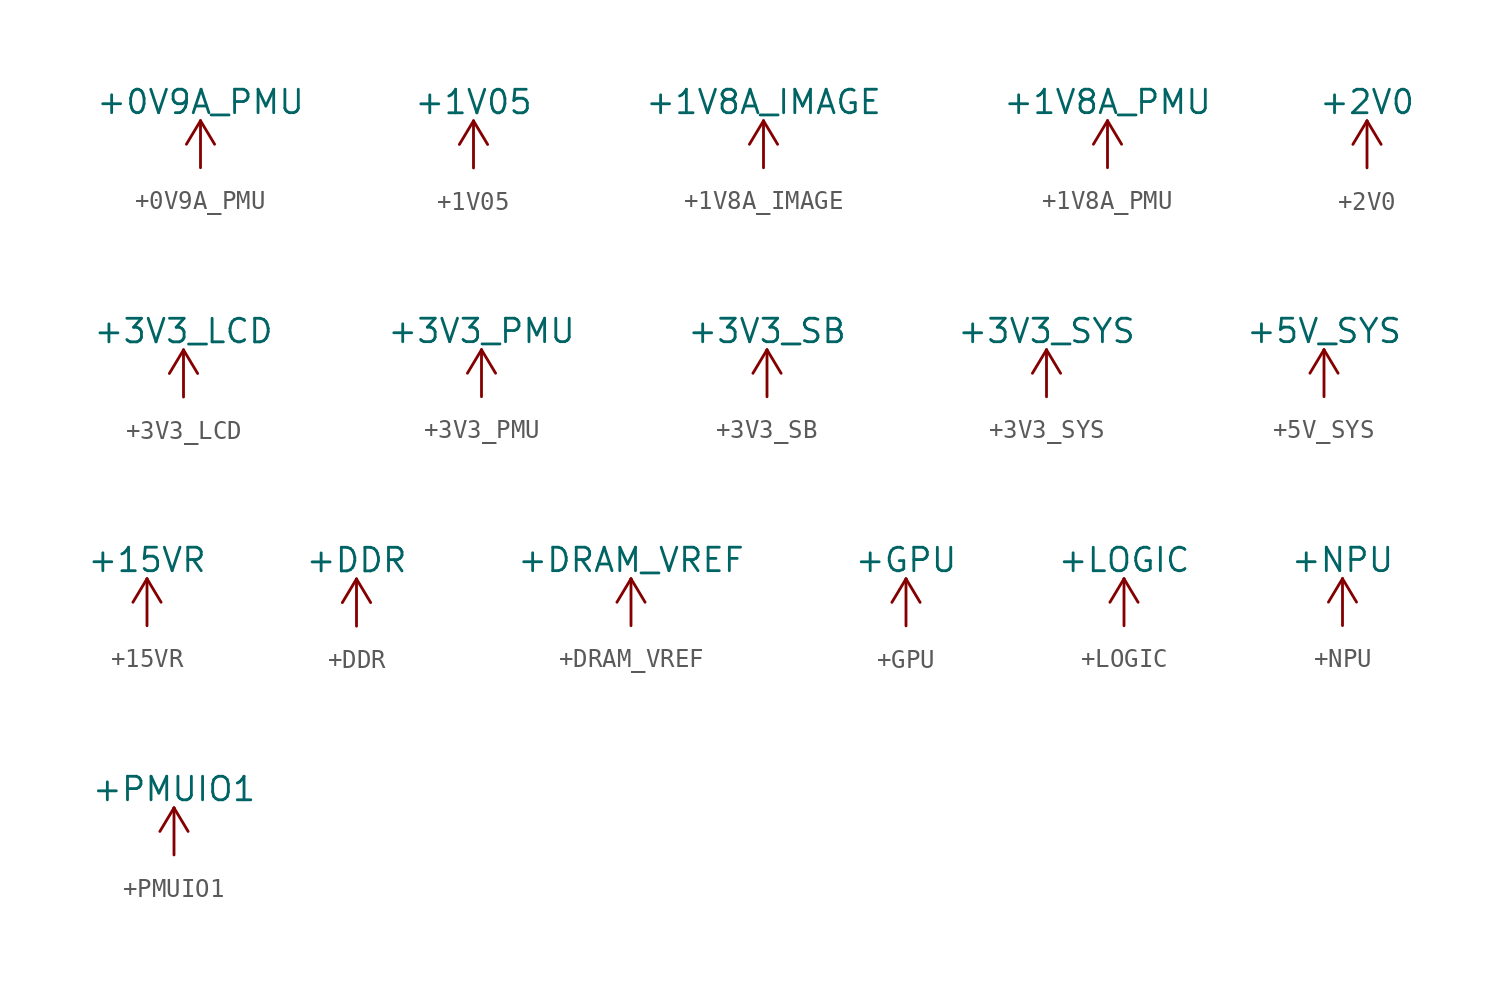
<source format=kicad_sym>
(kicad_symbol_lib
  (version 20220914)
  (generator kicad_symbol_editor)
  (symbol "+0V9A_PMU"
    (power)
    (pin_names
      (offset 0))
    (property "Reference" "#PWR"
      (at 0 -3.81 0)
      (effects (font (size 1.27 1.27)) hide))
    (property "Value" "+0V9A_PMU"
      (at 0 3.556 0)
      (effects (font (size 1.27 1.27))))
    (symbol "+0V9A_PMU_0_1"
      (polyline (pts (xy -0.762 1.27) (xy 0 2.54)) (stroke (width 0) (type default)) (fill (type none)))
      (polyline (pts (xy 0 0) (xy 0 2.54)) (stroke (width 0) (type default)) (fill (type none)))
      (polyline (pts (xy 0 2.54) (xy 0.762 1.27)) (stroke (width 0) (type default)) (fill (type none))))
    (symbol "+0V9A_PMU_1_1"
      (pin power_in line (at 0 0 90) (length 0) hide (name "+0V9A_PMU" (effects (font (size 1.27 1.27)))) (number "1" (effects (font (size 1.27 1.27)))))))
  (symbol "+1V05"
    (power)
    (pin_names
      (offset 0))
    (property "Reference" "#PWR"
      (at 0 -3.81 0)
      (effects (font (size 1.27 1.27)) hide))
    (property "Value" "+1V05"
      (at 0 3.556 0)
      (effects (font (size 1.27 1.27))))
    (symbol "+1V05_0_1"
      (polyline (pts (xy -0.762 1.27) (xy 0 2.54)) (stroke (width 0) (type default)) (fill (type none)))
      (polyline (pts (xy 0 0) (xy 0 2.54)) (stroke (width 0) (type default)) (fill (type none)))
      (polyline (pts (xy 0 2.54) (xy 0.762 1.27)) (stroke (width 0) (type default)) (fill (type none))))
    (symbol "+1V05_1_1"
      (pin power_in line (at 0 0 90) (length 0) hide (name "+1V05" (effects (font (size 1.27 1.27)))) (number "1" (effects (font (size 1.27 1.27)))))))
  (symbol "+1V8A_IMAGE"
    (power)
    (pin_names
      (offset 0))
    (property "Reference" "#PWR"
      (at 0 -3.81 0)
      (effects (font (size 1.27 1.27)) hide))
    (property "Value" "+1V8A_IMAGE"
      (at 0 3.556 0)
      (effects (font (size 1.27 1.27))))
    (symbol "+1V8A_IMAGE_0_1"
      (polyline (pts (xy -0.762 1.27) (xy 0 2.54)) (stroke (width 0) (type default)) (fill (type none)))
      (polyline (pts (xy 0 0) (xy 0 2.54)) (stroke (width 0) (type default)) (fill (type none)))
      (polyline (pts (xy 0 2.54) (xy 0.762 1.27)) (stroke (width 0) (type default)) (fill (type none))))
    (symbol "+1V8A_IMAGE_1_1"
      (pin power_in line (at 0 0 90) (length 0) hide (name "+1V8A_IMAGE" (effects (font (size 1.27 1.27)))) (number "1" (effects (font (size 1.27 1.27)))))))
  (symbol "+1V8A_PMU"
    (power)
    (pin_names
      (offset 0))
    (property "Reference" "#PWR"
      (at 0 -3.81 0)
      (effects (font (size 1.27 1.27)) hide))
    (property "Value" "+1V8A_PMU"
      (at 0 3.556 0)
      (effects (font (size 1.27 1.27))))
    (symbol "+1V8A_PMU_0_1"
      (polyline (pts (xy -0.762 1.27) (xy 0 2.54)) (stroke (width 0) (type default)) (fill (type none)))
      (polyline (pts (xy 0 0) (xy 0 2.54)) (stroke (width 0) (type default)) (fill (type none)))
      (polyline (pts (xy 0 2.54) (xy 0.762 1.27)) (stroke (width 0) (type default)) (fill (type none))))
    (symbol "+1V8A_PMU_1_1"
      (pin power_in line (at 0 0 90) (length 0) hide (name "+1V8A_NPU" (effects (font (size 1.27 1.27)))) (number "1" (effects (font (size 1.27 1.27)))))))
  (symbol "+2V0"
    (power)
    (pin_names
      (offset 0))
    (property "Reference" "#PWR"
      (at 0 -3.81 0)
      (effects (font (size 1.27 1.27)) hide))
    (property "Value" "+2V0"
      (at 0 3.556 0)
      (effects (font (size 1.27 1.27))))
    (symbol "+2V0_0_1"
      (polyline (pts (xy -0.762 1.27) (xy 0 2.54)) (stroke (width 0) (type default)) (fill (type none)))
      (polyline (pts (xy 0 0) (xy 0 2.54)) (stroke (width 0) (type default)) (fill (type none)))
      (polyline (pts (xy 0 2.54) (xy 0.762 1.27)) (stroke (width 0) (type default)) (fill (type none))))
    (symbol "+2V0_1_1"
      (pin power_in line (at 0 0 90) (length 0) hide (name "+2V0" (effects (font (size 1.27 1.27)))) (number "1" (effects (font (size 1.27 1.27)))))))
  (symbol "+3V3_LCD"
    (power)
    (pin_names
      (offset 0))
    (property "Reference" "#PWR"
      (at 0 -3.81 0)
      (effects (font (size 1.27 1.27)) hide))
    (property "Value" "+3V3_LCD"
      (at 0 3.556 0)
      (effects (font (size 1.27 1.27))))
    (symbol "+3V3_LCD_0_1"
      (polyline (pts (xy -0.762 1.27) (xy 0 2.54)) (stroke (width 0) (type default)) (fill (type none)))
      (polyline (pts (xy 0 0) (xy 0 2.54)) (stroke (width 0) (type default)) (fill (type none)))
      (polyline (pts (xy 0 2.54) (xy 0.762 1.27)) (stroke (width 0) (type default)) (fill (type none))))
    (symbol "+3V3_LCD_1_1"
      (pin power_in line (at 0 0 90) (length 0) hide (name "+3V3_LCD" (effects (font (size 1.27 1.27)))) (number "1" (effects (font (size 1.27 1.27)))))))
  (symbol "+3V3_PMU"
    (power)
    (pin_names
      (offset 0))
    (property "Reference" "#PWR"
      (at 0 -3.81 0)
      (effects (font (size 1.27 1.27)) hide))
    (property "Value" "+3V3_PMU"
      (at 0 3.556 0)
      (effects (font (size 1.27 1.27))))
    (symbol "+3V3_PMU_0_1"
      (polyline (pts (xy -0.762 1.27) (xy 0 2.54)) (stroke (width 0) (type default)) (fill (type none)))
      (polyline (pts (xy 0 0) (xy 0 2.54)) (stroke (width 0) (type default)) (fill (type none)))
      (polyline (pts (xy 0 2.54) (xy 0.762 1.27)) (stroke (width 0) (type default)) (fill (type none))))
    (symbol "+3V3_PMU_1_1"
      (pin power_in line (at 0 0 90) (length 0) hide (name "+3V3_PMU" (effects (font (size 1.27 1.27)))) (number "1" (effects (font (size 1.27 1.27)))))))
  (symbol "+3V3_SB"
    (power)
    (pin_names
      (offset 0))
    (property "Reference" "#PWR"
      (at 0 -3.81 0)
      (effects (font (size 1.27 1.27)) hide))
    (property "Value" "+3V3_SB"
      (at 0 3.556 0)
      (effects (font (size 1.27 1.27))))
    (symbol "+3V3_SB_0_1"
      (polyline (pts (xy -0.762 1.27) (xy 0 2.54)) (stroke (width 0) (type default)) (fill (type none)))
      (polyline (pts (xy 0 0) (xy 0 2.54)) (stroke (width 0) (type default)) (fill (type none)))
      (polyline (pts (xy 0 2.54) (xy 0.762 1.27)) (stroke (width 0) (type default)) (fill (type none))))
    (symbol "+3V3_SB_1_1"
      (pin power_in line (at 0 0 90) (length 0) hide (name "+3V3_SB" (effects (font (size 1.27 1.27)))) (number "1" (effects (font (size 1.27 1.27)))))))
  (symbol "+3V3_SYS"
    (power)
    (pin_names
      (offset 0))
    (property "Reference" "#PWR"
      (at 0 -3.81 0)
      (effects (font (size 1.27 1.27)) hide))
    (property "Value" "+3V3_SYS"
      (at 0 3.556 0)
      (effects (font (size 1.27 1.27))))
    (symbol "+3V3_SYS_0_1"
      (polyline (pts (xy -0.762 1.27) (xy 0 2.54)) (stroke (width 0) (type default)) (fill (type none)))
      (polyline (pts (xy 0 0) (xy 0 2.54)) (stroke (width 0) (type default)) (fill (type none)))
      (polyline (pts (xy 0 2.54) (xy 0.762 1.27)) (stroke (width 0) (type default)) (fill (type none))))
    (symbol "+3V3_SYS_1_1"
      (pin power_in line (at 0 0 90) (length 0) hide (name "+3V3_SYS" (effects (font (size 1.27 1.27)))) (number "1" (effects (font (size 1.27 1.27)))))))
  (symbol "+5V_SYS"
    (power)
    (pin_names
      (offset 0))
    (property "Reference" "#PWR"
      (at 0 -3.81 0)
      (effects (font (size 1.27 1.27)) hide))
    (property "Value" "+5V_SYS"
      (at 0 3.556 0)
      (effects (font (size 1.27 1.27))))
    (symbol "+5V_SYS_0_1"
      (polyline (pts (xy -0.762 1.27) (xy 0 2.54)) (stroke (width 0) (type default)) (fill (type none)))
      (polyline (pts (xy 0 0) (xy 0 2.54)) (stroke (width 0) (type default)) (fill (type none)))
      (polyline (pts (xy 0 2.54) (xy 0.762 1.27)) (stroke (width 0) (type default)) (fill (type none))))
    (symbol "+5V_SYS_1_1"
      (pin power_in line (at 0 0 90) (length 0) hide (name "+5V_SYS" (effects (font (size 1.27 1.27)))) (number "1" (effects (font (size 1.27 1.27)))))))
  (symbol "+15VR"
    (power)
    (pin_names
      (offset 0))
    (property "Reference" "#PWR"
      (at 0 -3.81 0)
      (effects (font (size 1.27 1.27)) hide))
    (property "Value" "+15VR"
      (at 0 3.556 0)
      (effects (font (size 1.27 1.27))))
    (symbol "+15VR_0_1"
      (polyline (pts (xy -0.762 1.27) (xy 0 2.54)) (stroke (width 0) (type default)) (fill (type none)))
      (polyline (pts (xy 0 0) (xy 0 2.54)) (stroke (width 0) (type default)) (fill (type none)))
      (polyline (pts (xy 0 2.54) (xy 0.762 1.27)) (stroke (width 0) (type default)) (fill (type none))))
    (symbol "+15VR_1_1"
      (pin power_in line (at 0 0 90) (length 0) hide (name "+15VR" (effects (font (size 1.27 1.27)))) (number "1" (effects (font (size 1.27 1.27)))))))
  (symbol "+DDR"
    (power)
    (pin_names
      (offset 0))
    (property "Reference" "#PWR"
      (at 0 -3.81 0)
      (effects (font (size 1.27 1.27)) hide))
    (property "Value" "+DDR"
      (at 0 3.556 0)
      (effects (font (size 1.27 1.27))))
    (symbol "+DDR_0_1"
      (polyline (pts (xy -0.762 1.27) (xy 0 2.54)) (stroke (width 0) (type default)) (fill (type none)))
      (polyline (pts (xy 0 0) (xy 0 2.54)) (stroke (width 0) (type default)) (fill (type none)))
      (polyline (pts (xy 0 2.54) (xy 0.762 1.27)) (stroke (width 0) (type default)) (fill (type none))))
    (symbol "+DDR_1_1"
      (pin power_in line (at 0 0 90) (length 0) hide (name "+DDR" (effects (font (size 1.27 1.27)))) (number "1" (effects (font (size 1.27 1.27)))))))
  (symbol "+DRAM_VREF"
    (power)
    (pin_names
      (offset 0))
    (property "Reference" "#PWR"
      (at 0 -3.81 0)
      (effects (font (size 1.27 1.27)) hide))
    (property "Value" "+DRAM_VREF"
      (at 0 3.556 0)
      (effects (font (size 1.27 1.27))))
    (symbol "+DRAM_VREF_0_1"
      (polyline (pts (xy -0.762 1.27) (xy 0 2.54)) (stroke (width 0) (type default)) (fill (type none)))
      (polyline (pts (xy 0 0) (xy 0 2.54)) (stroke (width 0) (type default)) (fill (type none)))
      (polyline (pts (xy 0 2.54) (xy 0.762 1.27)) (stroke (width 0) (type default)) (fill (type none))))
    (symbol "+DRAM_VREF_1_1"
      (pin power_in line (at 0 0 90) (length 0) hide (name "+DRAM_VREF" (effects (font (size 1.27 1.27)))) (number "1" (effects (font (size 1.27 1.27)))))))
  (symbol "+GPU"
    (power)
    (pin_names
      (offset 0))
    (property "Reference" "#PWR"
      (at 0 -3.81 0)
      (effects (font (size 1.27 1.27)) hide))
    (property "Value" "+GPU"
      (at 0 3.556 0)
      (effects (font (size 1.27 1.27))))
    (symbol "+GPU_0_1"
      (polyline (pts (xy -0.762 1.27) (xy 0 2.54)) (stroke (width 0) (type default)) (fill (type none)))
      (polyline (pts (xy 0 0) (xy 0 2.54)) (stroke (width 0) (type default)) (fill (type none)))
      (polyline (pts (xy 0 2.54) (xy 0.762 1.27)) (stroke (width 0) (type default)) (fill (type none))))
    (symbol "+GPU_1_1"
      (pin power_in line (at 0 0 90) (length 0) hide (name "+GPU" (effects (font (size 1.27 1.27)))) (number "1" (effects (font (size 1.27 1.27)))))))
  (symbol "+LOGIC"
    (power)
    (pin_names
      (offset 0))
    (property "Reference" "#PWR"
      (at 0 -3.81 0)
      (effects (font (size 1.27 1.27)) hide))
    (property "Value" "+LOGIC"
      (at 0 3.556 0)
      (effects (font (size 1.27 1.27))))
    (symbol "+LOGIC_0_1"
      (polyline (pts (xy -0.762 1.27) (xy 0 2.54)) (stroke (width 0) (type default)) (fill (type none)))
      (polyline (pts (xy 0 0) (xy 0 2.54)) (stroke (width 0) (type default)) (fill (type none)))
      (polyline (pts (xy 0 2.54) (xy 0.762 1.27)) (stroke (width 0) (type default)) (fill (type none))))
    (symbol "+LOGIC_1_1"
      (pin power_in line (at 0 0 90) (length 0) hide (name "+LOGIC" (effects (font (size 1.27 1.27)))) (number "1" (effects (font (size 1.27 1.27)))))))
  (symbol "+NPU"
    (power)
    (pin_names
      (offset 0))
    (property "Reference" "#PWR"
      (at 0 -3.81 0)
      (effects (font (size 1.27 1.27)) hide))
    (property "Value" "+NPU"
      (at 0 3.556 0)
      (effects (font (size 1.27 1.27))))
    (symbol "+NPU_0_1"
      (polyline (pts (xy -0.762 1.27) (xy 0 2.54)) (stroke (width 0) (type default)) (fill (type none)))
      (polyline (pts (xy 0 0) (xy 0 2.54)) (stroke (width 0) (type default)) (fill (type none)))
      (polyline (pts (xy 0 2.54) (xy 0.762 1.27)) (stroke (width 0) (type default)) (fill (type none))))
    (symbol "+NPU_1_1"
      (pin power_in line (at 0 0 90) (length 0) hide (name "+NPU" (effects (font (size 1.27 1.27)))) (number "1" (effects (font (size 1.27 1.27)))))))
  (symbol "+PMUIO1"
    (power)
    (pin_names
      (offset 0))
    (property "Reference" "#PWR"
      (at 0 -3.81 0)
      (effects (font (size 1.27 1.27)) hide))
    (property "Value" "+PMUIO1"
      (at 0 3.556 0)
      (effects (font (size 1.27 1.27))))
    (symbol "+PMUIO1_0_1"
      (polyline (pts (xy -0.762 1.27) (xy 0 2.54)) (stroke (width 0) (type default)) (fill (type none)))
      (polyline (pts (xy 0 0) (xy 0 2.54)) (stroke (width 0) (type default)) (fill (type none)))
      (polyline (pts (xy 0 2.54) (xy 0.762 1.27)) (stroke (width 0) (type default)) (fill (type none))))
    (symbol "+PMUIO1_1_1"
      (pin power_in line (at 0 0 90) (length 0) hide (name "+PMUIO1" (effects (font (size 1.27 1.27)))) (number "1" (effects (font (size 1.27 1.27))))))))
</source>
